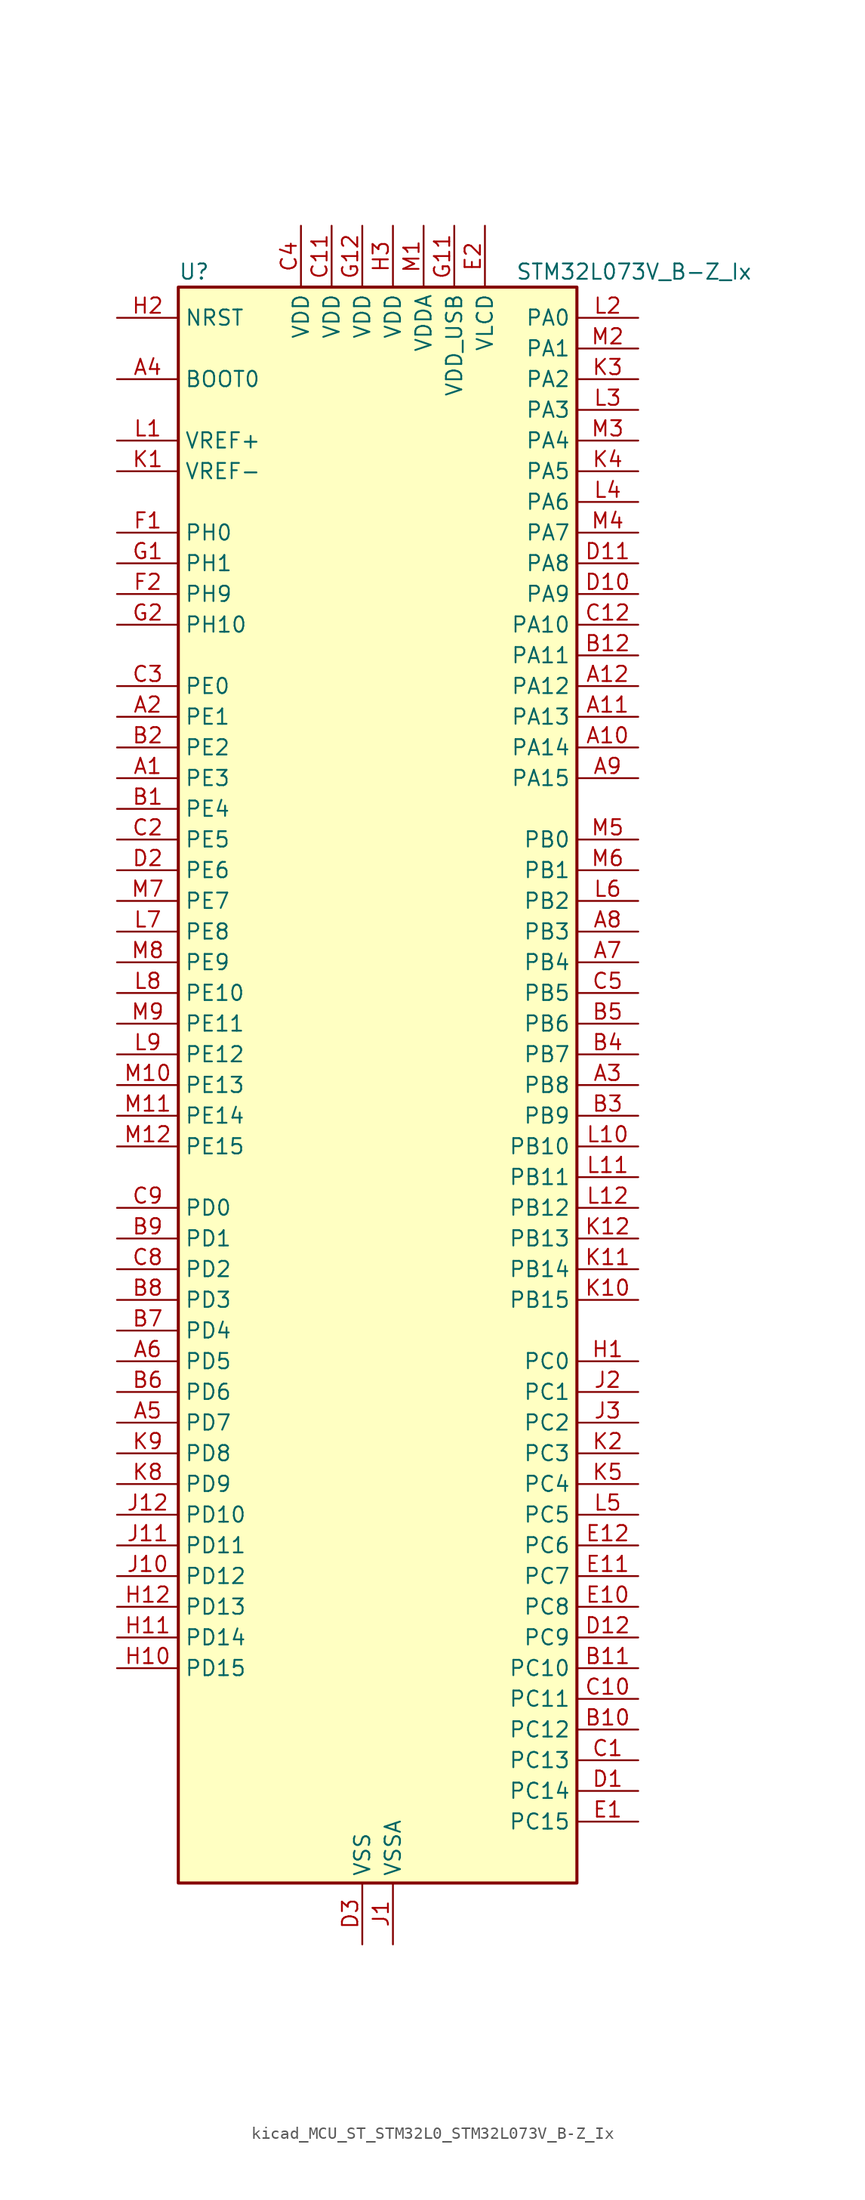
<source format=kicad_sym>
(kicad_symbol_lib
  (version 20220914)
  (generator kicad_symbol_editor)
  (symbol "kicad_MCU_ST_STM32L0_STM32L073V_B-Z_Ix"
    (property "Reference" "U"
      (at -15.24 67.31 0)
      (effects (font (size 1.27 1.27)) (justify left)))
    (property "Value" "STM32L073V_B-Z_Ix"
      (at 12.7 67.31 0)
      (effects (font (size 1.27 1.27)) (justify left)))
    (property "ki_locked" ""
      (at 0 0 0)
      (effects (font (size 1.27 1.27))))
    (symbol "kicad_MCU_ST_STM32L0_STM32L073V_B-Z_Ix_0_1"
      (rectangle (start -15.24 -66.04) (end 17.78 66.04) (stroke (width 0.254) (type default)) (fill (type background))))
    (symbol "kicad_MCU_ST_STM32L0_STM32L073V_B-Z_Ix_1_1"
      (pin bidirectional line (at -20.32 25.4 0) (length 5.08) (name "PE3" (effects (font (size 1.27 1.27)))) (number "A1" (effects (font (size 1.27 1.27)))) (alternate "LCD_SEG39" bidirectional line) (alternate "TIM22_CH1" bidirectional line) (alternate "TIM3_CH1" bidirectional line))
      (pin bidirectional line (at 22.86 27.94 180) (length 5.08) (name "PA14" (effects (font (size 1.27 1.27)))) (number "A10" (effects (font (size 1.27 1.27)))) (alternate "LPUART1_TX" bidirectional line) (alternate "SYS_SWCLK" bidirectional line) (alternate "USART2_TX" bidirectional line))
      (pin bidirectional line (at 22.86 30.48 180) (length 5.08) (name "PA13" (effects (font (size 1.27 1.27)))) (number "A11" (effects (font (size 1.27 1.27)))) (alternate "LPUART1_RX" bidirectional line) (alternate "SYS_SWDIO" bidirectional line) (alternate "USB_NOE" bidirectional line))
      (pin bidirectional line (at 22.86 33.02 180) (length 5.08) (name "PA12" (effects (font (size 1.27 1.27)))) (number "A12" (effects (font (size 1.27 1.27)))) (alternate "COMP2_OUT" bidirectional line) (alternate "SPI1_MOSI" bidirectional line) (alternate "TSC_G4_IO4" bidirectional line) (alternate "USART1_DE" bidirectional line) (alternate "USART1_RTS" bidirectional line) (alternate "USB_DP" bidirectional line))
      (pin bidirectional line (at -20.32 30.48 0) (length 5.08) (name "PE1" (effects (font (size 1.27 1.27)))) (number "A2" (effects (font (size 1.27 1.27)))) (alternate "LCD_SEG37" bidirectional line))
      (pin bidirectional line (at 22.86 0 180) (length 5.08) (name "PB8" (effects (font (size 1.27 1.27)))) (number "A3" (effects (font (size 1.27 1.27)))) (alternate "I2C1_SCL" bidirectional line) (alternate "LCD_SEG16" bidirectional line) (alternate "TSC_SYNC" bidirectional line))
      (pin input line (at -20.32 58.42 0) (length 5.08) (name "BOOT0" (effects (font (size 1.27 1.27)))) (number "A4" (effects (font (size 1.27 1.27)))))
      (pin bidirectional line (at -20.32 -27.94 0) (length 5.08) (name "PD7" (effects (font (size 1.27 1.27)))) (number "A5" (effects (font (size 1.27 1.27)))) (alternate "TIM21_CH2" bidirectional line) (alternate "USART2_CK" bidirectional line))
      (pin bidirectional line (at -20.32 -22.86 0) (length 5.08) (name "PD5" (effects (font (size 1.27 1.27)))) (number "A6" (effects (font (size 1.27 1.27)))) (alternate "USART2_TX" bidirectional line))
      (pin bidirectional line (at 22.86 10.16 180) (length 5.08) (name "PB4" (effects (font (size 1.27 1.27)))) (number "A7" (effects (font (size 1.27 1.27)))) (alternate "COMP2_INP" bidirectional line) (alternate "I2C3_SDA" bidirectional line) (alternate "LCD_SEG8" bidirectional line) (alternate "SPI1_MISO" bidirectional line) (alternate "TIM22_CH1" bidirectional line) (alternate "TIM3_CH1" bidirectional line) (alternate "TSC_G5_IO2" bidirectional line) (alternate "USART1_CTS" bidirectional line) (alternate "USART5_RX" bidirectional line))
      (pin bidirectional line (at 22.86 12.7 180) (length 5.08) (name "PB3" (effects (font (size 1.27 1.27)))) (number "A8" (effects (font (size 1.27 1.27)))) (alternate "COMP2_INM" bidirectional line) (alternate "LCD_SEG7" bidirectional line) (alternate "SPI1_SCK" bidirectional line) (alternate "TIM2_CH2" bidirectional line) (alternate "TSC_G5_IO1" bidirectional line) (alternate "USART1_DE" bidirectional line) (alternate "USART1_RTS" bidirectional line) (alternate "USART5_TX" bidirectional line))
      (pin bidirectional line (at 22.86 25.4 180) (length 5.08) (name "PA15" (effects (font (size 1.27 1.27)))) (number "A9" (effects (font (size 1.27 1.27)))) (alternate "LCD_SEG17" bidirectional line) (alternate "SPI1_NSS" bidirectional line) (alternate "TIM2_CH1" bidirectional line) (alternate "TIM2_ETR" bidirectional line) (alternate "USART2_RX" bidirectional line) (alternate "USART4_DE" bidirectional line) (alternate "USART4_RTS" bidirectional line))
      (pin bidirectional line (at -20.32 22.86 0) (length 5.08) (name "PE4" (effects (font (size 1.27 1.27)))) (number "B1" (effects (font (size 1.27 1.27)))) (alternate "TIM22_CH2" bidirectional line) (alternate "TIM3_CH2" bidirectional line))
      (pin bidirectional line (at 22.86 -53.34 180) (length 5.08) (name "PC12" (effects (font (size 1.27 1.27)))) (number "B10" (effects (font (size 1.27 1.27)))) (alternate "LCD_COM6" bidirectional line) (alternate "LCD_SEG30" bidirectional line) (alternate "LCD_SEG50" bidirectional line) (alternate "USART4_CK" bidirectional line) (alternate "USART5_TX" bidirectional line))
      (pin bidirectional line (at 22.86 -48.26 180) (length 5.08) (name "PC10" (effects (font (size 1.27 1.27)))) (number "B11" (effects (font (size 1.27 1.27)))) (alternate "LCD_COM4" bidirectional line) (alternate "LCD_SEG28" bidirectional line) (alternate "LCD_SEG48" bidirectional line) (alternate "LPUART1_TX" bidirectional line) (alternate "USART4_TX" bidirectional line))
      (pin bidirectional line (at 22.86 35.56 180) (length 5.08) (name "PA11" (effects (font (size 1.27 1.27)))) (number "B12" (effects (font (size 1.27 1.27)))) (alternate "ADC_EXTI11" bidirectional line) (alternate "COMP1_OUT" bidirectional line) (alternate "SPI1_MISO" bidirectional line) (alternate "TSC_G4_IO3" bidirectional line) (alternate "USART1_CTS" bidirectional line) (alternate "USB_DM" bidirectional line))
      (pin bidirectional line (at -20.32 27.94 0) (length 5.08) (name "PE2" (effects (font (size 1.27 1.27)))) (number "B2" (effects (font (size 1.27 1.27)))) (alternate "LCD_SEG38" bidirectional line) (alternate "TIM3_ETR" bidirectional line))
      (pin bidirectional line (at 22.86 -2.54 180) (length 5.08) (name "PB9" (effects (font (size 1.27 1.27)))) (number "B3" (effects (font (size 1.27 1.27)))) (alternate "DAC_EXTI9" bidirectional line) (alternate "I2C1_SDA" bidirectional line) (alternate "I2S2_WS" bidirectional line) (alternate "LCD_COM3" bidirectional line) (alternate "SPI2_NSS" bidirectional line))
      (pin bidirectional line (at 22.86 2.54 180) (length 5.08) (name "PB7" (effects (font (size 1.27 1.27)))) (number "B4" (effects (font (size 1.27 1.27)))) (alternate "COMP2_INP" bidirectional line) (alternate "I2C1_SDA" bidirectional line) (alternate "LPTIM1_IN2" bidirectional line) (alternate "SYS_PVD_IN" bidirectional line) (alternate "TSC_G5_IO4" bidirectional line) (alternate "USART1_RX" bidirectional line) (alternate "USART4_CTS" bidirectional line))
      (pin bidirectional line (at 22.86 5.08 180) (length 5.08) (name "PB6" (effects (font (size 1.27 1.27)))) (number "B5" (effects (font (size 1.27 1.27)))) (alternate "COMP2_INP" bidirectional line) (alternate "I2C1_SCL" bidirectional line) (alternate "LPTIM1_ETR" bidirectional line) (alternate "TSC_G5_IO3" bidirectional line) (alternate "USART1_TX" bidirectional line))
      (pin bidirectional line (at -20.32 -25.4 0) (length 5.08) (name "PD6" (effects (font (size 1.27 1.27)))) (number "B6" (effects (font (size 1.27 1.27)))) (alternate "USART2_RX" bidirectional line))
      (pin bidirectional line (at -20.32 -20.32 0) (length 5.08) (name "PD4" (effects (font (size 1.27 1.27)))) (number "B7" (effects (font (size 1.27 1.27)))) (alternate "I2S2_SD" bidirectional line) (alternate "SPI2_MOSI" bidirectional line) (alternate "USART2_DE" bidirectional line) (alternate "USART2_RTS" bidirectional line))
      (pin bidirectional line (at -20.32 -17.78 0) (length 5.08) (name "PD3" (effects (font (size 1.27 1.27)))) (number "B8" (effects (font (size 1.27 1.27)))) (alternate "I2S2_MCK" bidirectional line) (alternate "LCD_SEG44" bidirectional line) (alternate "SPI2_MISO" bidirectional line) (alternate "USART2_CTS" bidirectional line))
      (pin bidirectional line (at -20.32 -12.7 0) (length 5.08) (name "PD1" (effects (font (size 1.27 1.27)))) (number "B9" (effects (font (size 1.27 1.27)))) (alternate "I2S2_CK" bidirectional line) (alternate "SPI2_SCK" bidirectional line))
      (pin bidirectional line (at 22.86 -55.88 180) (length 5.08) (name "PC13" (effects (font (size 1.27 1.27)))) (number "C1" (effects (font (size 1.27 1.27)))) (alternate "RTC_OUT_ALARM" bidirectional line) (alternate "RTC_OUT_CALIB" bidirectional line) (alternate "RTC_TAMP1" bidirectional line) (alternate "RTC_TS" bidirectional line) (alternate "SYS_WKUP2" bidirectional line))
      (pin bidirectional line (at 22.86 -50.8 180) (length 5.08) (name "PC11" (effects (font (size 1.27 1.27)))) (number "C10" (effects (font (size 1.27 1.27)))) (alternate "ADC_EXTI11" bidirectional line) (alternate "LCD_COM5" bidirectional line) (alternate "LCD_SEG29" bidirectional line) (alternate "LCD_SEG49" bidirectional line) (alternate "LPUART1_RX" bidirectional line) (alternate "USART4_RX" bidirectional line))
      (pin power_in line (at -2.54 71.12 270) (length 5.08) (name "VDD" (effects (font (size 1.27 1.27)))) (number "C11" (effects (font (size 1.27 1.27)))))
      (pin bidirectional line (at 22.86 38.1 180) (length 5.08) (name "PA10" (effects (font (size 1.27 1.27)))) (number "C12" (effects (font (size 1.27 1.27)))) (alternate "I2C1_SDA" bidirectional line) (alternate "LCD_COM2" bidirectional line) (alternate "TSC_G4_IO2" bidirectional line) (alternate "USART1_RX" bidirectional line))
      (pin bidirectional line (at -20.32 20.32 0) (length 5.08) (name "PE5" (effects (font (size 1.27 1.27)))) (number "C2" (effects (font (size 1.27 1.27)))) (alternate "TIM21_CH1" bidirectional line) (alternate "TIM3_CH3" bidirectional line))
      (pin bidirectional line (at -20.32 33.02 0) (length 5.08) (name "PE0" (effects (font (size 1.27 1.27)))) (number "C3" (effects (font (size 1.27 1.27)))) (alternate "LCD_SEG36" bidirectional line))
      (pin power_in line (at -5.08 71.12 270) (length 5.08) (name "VDD" (effects (font (size 1.27 1.27)))) (number "C4" (effects (font (size 1.27 1.27)))))
      (pin bidirectional line (at 22.86 7.62 180) (length 5.08) (name "PB5" (effects (font (size 1.27 1.27)))) (number "C5" (effects (font (size 1.27 1.27)))) (alternate "COMP2_INP" bidirectional line) (alternate "I2C1_SMBA" bidirectional line) (alternate "LCD_SEG9" bidirectional line) (alternate "LPTIM1_IN1" bidirectional line) (alternate "SPI1_MOSI" bidirectional line) (alternate "TIM22_CH2" bidirectional line) (alternate "TIM3_CH2" bidirectional line) (alternate "USART1_CK" bidirectional line) (alternate "USART5_CK" bidirectional line) (alternate "USART5_DE" bidirectional line) (alternate "USART5_RTS" bidirectional line))
      (pin bidirectional line (at -20.32 -15.24 0) (length 5.08) (name "PD2" (effects (font (size 1.27 1.27)))) (number "C8" (effects (font (size 1.27 1.27)))) (alternate "LCD_COM7" bidirectional line) (alternate "LCD_SEG31" bidirectional line) (alternate "LCD_SEG51" bidirectional line) (alternate "LPUART1_DE" bidirectional line) (alternate "LPUART1_RTS" bidirectional line) (alternate "TIM3_ETR" bidirectional line) (alternate "USART5_RX" bidirectional line))
      (pin bidirectional line (at -20.32 -10.16 0) (length 5.08) (name "PD0" (effects (font (size 1.27 1.27)))) (number "C9" (effects (font (size 1.27 1.27)))) (alternate "I2S2_WS" bidirectional line) (alternate "SPI2_NSS" bidirectional line) (alternate "TIM21_CH1" bidirectional line))
      (pin bidirectional line (at 22.86 -58.42 180) (length 5.08) (name "PC14" (effects (font (size 1.27 1.27)))) (number "D1" (effects (font (size 1.27 1.27)))) (alternate "RCC_OSC32_IN" bidirectional line))
      (pin bidirectional line (at 22.86 40.64 180) (length 5.08) (name "PA9" (effects (font (size 1.27 1.27)))) (number "D10" (effects (font (size 1.27 1.27)))) (alternate "DAC_EXTI9" bidirectional line) (alternate "I2C1_SCL" bidirectional line) (alternate "I2C3_SMBA" bidirectional line) (alternate "LCD_COM1" bidirectional line) (alternate "RCC_MCO" bidirectional line) (alternate "TSC_G4_IO1" bidirectional line) (alternate "USART1_TX" bidirectional line))
      (pin bidirectional line (at 22.86 43.18 180) (length 5.08) (name "PA8" (effects (font (size 1.27 1.27)))) (number "D11" (effects (font (size 1.27 1.27)))) (alternate "CRS_SYNC" bidirectional line) (alternate "I2C3_SCL" bidirectional line) (alternate "LCD_COM0" bidirectional line) (alternate "RCC_MCO" bidirectional line) (alternate "USART1_CK" bidirectional line))
      (pin bidirectional line (at 22.86 -45.72 180) (length 5.08) (name "PC9" (effects (font (size 1.27 1.27)))) (number "D12" (effects (font (size 1.27 1.27)))) (alternate "DAC_EXTI9" bidirectional line) (alternate "I2C3_SDA" bidirectional line) (alternate "LCD_SEG27" bidirectional line) (alternate "TIM21_ETR" bidirectional line) (alternate "TIM3_CH4" bidirectional line) (alternate "TSC_G8_IO4" bidirectional line) (alternate "USB_NOE" bidirectional line))
      (pin bidirectional line (at -20.32 17.78 0) (length 5.08) (name "PE6" (effects (font (size 1.27 1.27)))) (number "D2" (effects (font (size 1.27 1.27)))) (alternate "RTC_TAMP3" bidirectional line) (alternate "SYS_WKUP3" bidirectional line) (alternate "TIM21_CH2" bidirectional line) (alternate "TIM3_CH4" bidirectional line))
      (pin power_in line (at 0 -71.12 90) (length 5.08) (name "VSS" (effects (font (size 1.27 1.27)))) (number "D3" (effects (font (size 1.27 1.27)))))
      (pin bidirectional line (at 22.86 -60.96 180) (length 5.08) (name "PC15" (effects (font (size 1.27 1.27)))) (number "E1" (effects (font (size 1.27 1.27)))) (alternate "RCC_OSC32_OUT" bidirectional line))
      (pin bidirectional line (at 22.86 -43.18 180) (length 5.08) (name "PC8" (effects (font (size 1.27 1.27)))) (number "E10" (effects (font (size 1.27 1.27)))) (alternate "LCD_SEG26" bidirectional line) (alternate "TIM22_ETR" bidirectional line) (alternate "TIM3_CH3" bidirectional line) (alternate "TSC_G8_IO3" bidirectional line))
      (pin bidirectional line (at 22.86 -40.64 180) (length 5.08) (name "PC7" (effects (font (size 1.27 1.27)))) (number "E11" (effects (font (size 1.27 1.27)))) (alternate "LCD_SEG25" bidirectional line) (alternate "TIM22_CH2" bidirectional line) (alternate "TIM3_CH2" bidirectional line) (alternate "TSC_G8_IO2" bidirectional line))
      (pin bidirectional line (at 22.86 -38.1 180) (length 5.08) (name "PC6" (effects (font (size 1.27 1.27)))) (number "E12" (effects (font (size 1.27 1.27)))) (alternate "LCD_SEG24" bidirectional line) (alternate "TIM22_CH1" bidirectional line) (alternate "TIM3_CH1" bidirectional line) (alternate "TSC_G8_IO1" bidirectional line))
      (pin power_in line (at 10.16 71.12 270) (length 5.08) (name "VLCD" (effects (font (size 1.27 1.27)))) (number "E2" (effects (font (size 1.27 1.27)))))
      (pin passive line (at 0 -71.12 90) (length 5.08) hide (name "VSS" (effects (font (size 1.27 1.27)))) (number "E3" (effects (font (size 1.27 1.27)))))
      (pin bidirectional line (at -20.32 45.72 0) (length 5.08) (name "PH0" (effects (font (size 1.27 1.27)))) (number "F1" (effects (font (size 1.27 1.27)))) (alternate "CRS_SYNC" bidirectional line) (alternate "RCC_OSC_IN" bidirectional line))
      (pin passive line (at 0 -71.12 90) (length 5.08) hide (name "VSS" (effects (font (size 1.27 1.27)))) (number "F11" (effects (font (size 1.27 1.27)))))
      (pin passive line (at 0 -71.12 90) (length 5.08) hide (name "VSS" (effects (font (size 1.27 1.27)))) (number "F12" (effects (font (size 1.27 1.27)))))
      (pin bidirectional line (at -20.32 40.64 0) (length 5.08) (name "PH9" (effects (font (size 1.27 1.27)))) (number "F2" (effects (font (size 1.27 1.27)))) (alternate "DAC_EXTI9" bidirectional line))
      (pin bidirectional line (at -20.32 43.18 0) (length 5.08) (name "PH1" (effects (font (size 1.27 1.27)))) (number "G1" (effects (font (size 1.27 1.27)))) (alternate "RCC_OSC_OUT" bidirectional line))
      (pin power_in line (at 7.62 71.12 270) (length 5.08) (name "VDD_USB" (effects (font (size 1.27 1.27)))) (number "G11" (effects (font (size 1.27 1.27)))))
      (pin power_in line (at 0 71.12 270) (length 5.08) (name "VDD" (effects (font (size 1.27 1.27)))) (number "G12" (effects (font (size 1.27 1.27)))))
      (pin bidirectional line (at -20.32 38.1 0) (length 5.08) (name "PH10" (effects (font (size 1.27 1.27)))) (number "G2" (effects (font (size 1.27 1.27)))))
      (pin bidirectional line (at 22.86 -22.86 180) (length 5.08) (name "PC0" (effects (font (size 1.27 1.27)))) (number "H1" (effects (font (size 1.27 1.27)))) (alternate "ADC_IN10" bidirectional line) (alternate "I2C3_SCL" bidirectional line) (alternate "LCD_SEG18" bidirectional line) (alternate "LPTIM1_IN1" bidirectional line) (alternate "LPUART1_RX" bidirectional line) (alternate "TSC_G7_IO1" bidirectional line))
      (pin bidirectional line (at -20.32 -48.26 0) (length 5.08) (name "PD15" (effects (font (size 1.27 1.27)))) (number "H10" (effects (font (size 1.27 1.27)))) (alternate "CRS_SYNC" bidirectional line) (alternate "LCD_SEG35" bidirectional line))
      (pin bidirectional line (at -20.32 -45.72 0) (length 5.08) (name "PD14" (effects (font (size 1.27 1.27)))) (number "H11" (effects (font (size 1.27 1.27)))) (alternate "LCD_SEG34" bidirectional line))
      (pin bidirectional line (at -20.32 -43.18 0) (length 5.08) (name "PD13" (effects (font (size 1.27 1.27)))) (number "H12" (effects (font (size 1.27 1.27)))) (alternate "LCD_SEG33" bidirectional line))
      (pin input line (at -20.32 63.5 0) (length 5.08) (name "NRST" (effects (font (size 1.27 1.27)))) (number "H2" (effects (font (size 1.27 1.27)))))
      (pin power_in line (at 2.54 71.12 270) (length 5.08) (name "VDD" (effects (font (size 1.27 1.27)))) (number "H3" (effects (font (size 1.27 1.27)))))
      (pin power_in line (at 2.54 -71.12 90) (length 5.08) (name "VSSA" (effects (font (size 1.27 1.27)))) (number "J1" (effects (font (size 1.27 1.27)))))
      (pin bidirectional line (at -20.32 -40.64 0) (length 5.08) (name "PD12" (effects (font (size 1.27 1.27)))) (number "J10" (effects (font (size 1.27 1.27)))) (alternate "LCD_SEG32" bidirectional line) (alternate "LPUART1_DE" bidirectional line) (alternate "LPUART1_RTS" bidirectional line))
      (pin bidirectional line (at -20.32 -38.1 0) (length 5.08) (name "PD11" (effects (font (size 1.27 1.27)))) (number "J11" (effects (font (size 1.27 1.27)))) (alternate "ADC_EXTI11" bidirectional line) (alternate "LCD_SEG31" bidirectional line) (alternate "LPUART1_CTS" bidirectional line))
      (pin bidirectional line (at -20.32 -35.56 0) (length 5.08) (name "PD10" (effects (font (size 1.27 1.27)))) (number "J12" (effects (font (size 1.27 1.27)))) (alternate "LCD_SEG30" bidirectional line))
      (pin bidirectional line (at 22.86 -25.4 180) (length 5.08) (name "PC1" (effects (font (size 1.27 1.27)))) (number "J2" (effects (font (size 1.27 1.27)))) (alternate "ADC_IN11" bidirectional line) (alternate "I2C3_SDA" bidirectional line) (alternate "LCD_SEG19" bidirectional line) (alternate "LPTIM1_OUT" bidirectional line) (alternate "LPUART1_TX" bidirectional line) (alternate "TSC_G7_IO2" bidirectional line))
      (pin bidirectional line (at 22.86 -27.94 180) (length 5.08) (name "PC2" (effects (font (size 1.27 1.27)))) (number "J3" (effects (font (size 1.27 1.27)))) (alternate "ADC_IN12" bidirectional line) (alternate "I2S2_MCK" bidirectional line) (alternate "LCD_SEG20" bidirectional line) (alternate "LPTIM1_IN2" bidirectional line) (alternate "SPI2_MISO" bidirectional line) (alternate "TSC_G7_IO3" bidirectional line))
      (pin input line (at -20.32 50.8 0) (length 5.08) (name "VREF-" (effects (font (size 1.27 1.27)))) (number "K1" (effects (font (size 1.27 1.27)))))
      (pin bidirectional line (at 22.86 -17.78 180) (length 5.08) (name "PB15" (effects (font (size 1.27 1.27)))) (number "K10" (effects (font (size 1.27 1.27)))) (alternate "I2S2_SD" bidirectional line) (alternate "LCD_SEG15" bidirectional line) (alternate "RTC_REFIN" bidirectional line) (alternate "SPI2_MOSI" bidirectional line))
      (pin bidirectional line (at 22.86 -15.24 180) (length 5.08) (name "PB14" (effects (font (size 1.27 1.27)))) (number "K11" (effects (font (size 1.27 1.27)))) (alternate "I2C2_SDA" bidirectional line) (alternate "I2S2_MCK" bidirectional line) (alternate "LCD_SEG14" bidirectional line) (alternate "LPUART1_DE" bidirectional line) (alternate "LPUART1_RTS" bidirectional line) (alternate "RTC_OUT_ALARM" bidirectional line) (alternate "RTC_OUT_CALIB" bidirectional line) (alternate "SPI2_MISO" bidirectional line) (alternate "TIM21_CH2" bidirectional line) (alternate "TSC_G6_IO4" bidirectional line))
      (pin bidirectional line (at 22.86 -12.7 180) (length 5.08) (name "PB13" (effects (font (size 1.27 1.27)))) (number "K12" (effects (font (size 1.27 1.27)))) (alternate "I2C2_SCL" bidirectional line) (alternate "I2S2_CK" bidirectional line) (alternate "LCD_SEG13" bidirectional line) (alternate "LPUART1_CTS" bidirectional line) (alternate "RCC_MCO" bidirectional line) (alternate "SPI2_SCK" bidirectional line) (alternate "TIM21_CH1" bidirectional line) (alternate "TSC_G6_IO3" bidirectional line))
      (pin bidirectional line (at 22.86 -30.48 180) (length 5.08) (name "PC3" (effects (font (size 1.27 1.27)))) (number "K2" (effects (font (size 1.27 1.27)))) (alternate "ADC_IN13" bidirectional line) (alternate "I2S2_SD" bidirectional line) (alternate "LCD_SEG21" bidirectional line) (alternate "LPTIM1_ETR" bidirectional line) (alternate "SPI2_MOSI" bidirectional line) (alternate "TSC_G7_IO4" bidirectional line))
      (pin bidirectional line (at 22.86 58.42 180) (length 5.08) (name "PA2" (effects (font (size 1.27 1.27)))) (number "K3" (effects (font (size 1.27 1.27)))) (alternate "ADC_IN2" bidirectional line) (alternate "COMP2_INM" bidirectional line) (alternate "COMP2_OUT" bidirectional line) (alternate "LCD_SEG1" bidirectional line) (alternate "LPUART1_TX" bidirectional line) (alternate "TIM21_CH1" bidirectional line) (alternate "TIM2_CH3" bidirectional line) (alternate "TSC_G1_IO3" bidirectional line) (alternate "USART2_TX" bidirectional line))
      (pin bidirectional line (at 22.86 50.8 180) (length 5.08) (name "PA5" (effects (font (size 1.27 1.27)))) (number "K4" (effects (font (size 1.27 1.27)))) (alternate "ADC_IN5" bidirectional line) (alternate "COMP1_INM" bidirectional line) (alternate "COMP2_INM" bidirectional line) (alternate "DAC_OUT2" bidirectional line) (alternate "SPI1_SCK" bidirectional line) (alternate "TIM2_CH1" bidirectional line) (alternate "TIM2_ETR" bidirectional line) (alternate "TSC_G2_IO2" bidirectional line))
      (pin bidirectional line (at 22.86 -33.02 180) (length 5.08) (name "PC4" (effects (font (size 1.27 1.27)))) (number "K5" (effects (font (size 1.27 1.27)))) (alternate "ADC_IN14" bidirectional line) (alternate "LCD_SEG22" bidirectional line) (alternate "LPUART1_TX" bidirectional line))
      (pin bidirectional line (at -20.32 -33.02 0) (length 5.08) (name "PD9" (effects (font (size 1.27 1.27)))) (number "K8" (effects (font (size 1.27 1.27)))) (alternate "DAC_EXTI9" bidirectional line) (alternate "LCD_SEG29" bidirectional line) (alternate "LPUART1_RX" bidirectional line))
      (pin bidirectional line (at -20.32 -30.48 0) (length 5.08) (name "PD8" (effects (font (size 1.27 1.27)))) (number "K9" (effects (font (size 1.27 1.27)))) (alternate "LCD_SEG28" bidirectional line) (alternate "LPUART1_TX" bidirectional line))
      (pin input line (at -20.32 53.34 0) (length 5.08) (name "VREF+" (effects (font (size 1.27 1.27)))) (number "L1" (effects (font (size 1.27 1.27)))))
      (pin bidirectional line (at 22.86 -5.08 180) (length 5.08) (name "PB10" (effects (font (size 1.27 1.27)))) (number "L10" (effects (font (size 1.27 1.27)))) (alternate "I2C2_SCL" bidirectional line) (alternate "LCD_SEG10" bidirectional line) (alternate "LPUART1_RX" bidirectional line) (alternate "LPUART1_TX" bidirectional line) (alternate "SPI2_SCK" bidirectional line) (alternate "TIM2_CH3" bidirectional line) (alternate "TSC_SYNC" bidirectional line))
      (pin bidirectional line (at 22.86 -7.62 180) (length 5.08) (name "PB11" (effects (font (size 1.27 1.27)))) (number "L11" (effects (font (size 1.27 1.27)))) (alternate "ADC_EXTI11" bidirectional line) (alternate "I2C2_SDA" bidirectional line) (alternate "LCD_SEG11" bidirectional line) (alternate "LPUART1_RX" bidirectional line) (alternate "LPUART1_TX" bidirectional line) (alternate "TIM2_CH4" bidirectional line) (alternate "TSC_G6_IO1" bidirectional line))
      (pin bidirectional line (at 22.86 -10.16 180) (length 5.08) (name "PB12" (effects (font (size 1.27 1.27)))) (number "L12" (effects (font (size 1.27 1.27)))) (alternate "I2S2_WS" bidirectional line) (alternate "LCD_SEG12" bidirectional line) (alternate "LCD_VLCD2" bidirectional line) (alternate "LPUART1_DE" bidirectional line) (alternate "LPUART1_RTS" bidirectional line) (alternate "SPI2_NSS" bidirectional line) (alternate "TSC_G6_IO2" bidirectional line))
      (pin bidirectional line (at 22.86 63.5 180) (length 5.08) (name "PA0" (effects (font (size 1.27 1.27)))) (number "L2" (effects (font (size 1.27 1.27)))) (alternate "ADC_IN0" bidirectional line) (alternate "COMP1_INM" bidirectional line) (alternate "COMP1_OUT" bidirectional line) (alternate "RTC_TAMP2" bidirectional line) (alternate "SYS_WKUP1" bidirectional line) (alternate "TIM2_CH1" bidirectional line) (alternate "TIM2_ETR" bidirectional line) (alternate "TSC_G1_IO1" bidirectional line) (alternate "USART2_CTS" bidirectional line) (alternate "USART4_TX" bidirectional line))
      (pin bidirectional line (at 22.86 55.88 180) (length 5.08) (name "PA3" (effects (font (size 1.27 1.27)))) (number "L3" (effects (font (size 1.27 1.27)))) (alternate "ADC_IN3" bidirectional line) (alternate "COMP2_INP" bidirectional line) (alternate "LCD_SEG2" bidirectional line) (alternate "LPUART1_RX" bidirectional line) (alternate "TIM21_CH2" bidirectional line) (alternate "TIM2_CH4" bidirectional line) (alternate "TSC_G1_IO4" bidirectional line) (alternate "USART2_RX" bidirectional line))
      (pin bidirectional line (at 22.86 48.26 180) (length 5.08) (name "PA6" (effects (font (size 1.27 1.27)))) (number "L4" (effects (font (size 1.27 1.27)))) (alternate "ADC_IN6" bidirectional line) (alternate "COMP1_OUT" bidirectional line) (alternate "LCD_SEG3" bidirectional line) (alternate "LPUART1_CTS" bidirectional line) (alternate "SPI1_MISO" bidirectional line) (alternate "TIM22_CH1" bidirectional line) (alternate "TIM3_CH1" bidirectional line) (alternate "TSC_G2_IO3" bidirectional line))
      (pin bidirectional line (at 22.86 -35.56 180) (length 5.08) (name "PC5" (effects (font (size 1.27 1.27)))) (number "L5" (effects (font (size 1.27 1.27)))) (alternate "ADC_IN15" bidirectional line) (alternate "LCD_SEG23" bidirectional line) (alternate "LPUART1_RX" bidirectional line) (alternate "TSC_G3_IO1" bidirectional line))
      (pin bidirectional line (at 22.86 15.24 180) (length 5.08) (name "PB2" (effects (font (size 1.27 1.27)))) (number "L6" (effects (font (size 1.27 1.27)))) (alternate "I2C3_SMBA" bidirectional line) (alternate "LCD_VLCD2" bidirectional line) (alternate "LPTIM1_OUT" bidirectional line) (alternate "TSC_G3_IO4" bidirectional line))
      (pin bidirectional line (at -20.32 12.7 0) (length 5.08) (name "PE8" (effects (font (size 1.27 1.27)))) (number "L7" (effects (font (size 1.27 1.27)))) (alternate "LCD_SEG46" bidirectional line) (alternate "USART4_TX" bidirectional line))
      (pin bidirectional line (at -20.32 7.62 0) (length 5.08) (name "PE10" (effects (font (size 1.27 1.27)))) (number "L8" (effects (font (size 1.27 1.27)))) (alternate "LCD_SEG40" bidirectional line) (alternate "TIM2_CH2" bidirectional line) (alternate "USART5_TX" bidirectional line))
      (pin bidirectional line (at -20.32 2.54 0) (length 5.08) (name "PE12" (effects (font (size 1.27 1.27)))) (number "L9" (effects (font (size 1.27 1.27)))) (alternate "LCD_VLCD3" bidirectional line) (alternate "SPI1_NSS" bidirectional line) (alternate "TIM2_CH4" bidirectional line))
      (pin power_in line (at 5.08 71.12 270) (length 5.08) (name "VDDA" (effects (font (size 1.27 1.27)))) (number "M1" (effects (font (size 1.27 1.27)))))
      (pin bidirectional line (at -20.32 0 0) (length 5.08) (name "PE13" (effects (font (size 1.27 1.27)))) (number "M10" (effects (font (size 1.27 1.27)))) (alternate "LCD_SEG41" bidirectional line) (alternate "SPI1_SCK" bidirectional line))
      (pin bidirectional line (at -20.32 -2.54 0) (length 5.08) (name "PE14" (effects (font (size 1.27 1.27)))) (number "M11" (effects (font (size 1.27 1.27)))) (alternate "LCD_SEG42" bidirectional line) (alternate "SPI1_MISO" bidirectional line))
      (pin bidirectional line (at -20.32 -5.08 0) (length 5.08) (name "PE15" (effects (font (size 1.27 1.27)))) (number "M12" (effects (font (size 1.27 1.27)))) (alternate "LCD_SEG43" bidirectional line) (alternate "SPI1_MOSI" bidirectional line))
      (pin bidirectional line (at 22.86 60.96 180) (length 5.08) (name "PA1" (effects (font (size 1.27 1.27)))) (number "M2" (effects (font (size 1.27 1.27)))) (alternate "ADC_IN1" bidirectional line) (alternate "COMP1_INP" bidirectional line) (alternate "LCD_SEG0" bidirectional line) (alternate "TIM21_ETR" bidirectional line) (alternate "TIM2_CH2" bidirectional line) (alternate "TSC_G1_IO2" bidirectional line) (alternate "USART2_DE" bidirectional line) (alternate "USART2_RTS" bidirectional line) (alternate "USART4_RX" bidirectional line))
      (pin bidirectional line (at 22.86 53.34 180) (length 5.08) (name "PA4" (effects (font (size 1.27 1.27)))) (number "M3" (effects (font (size 1.27 1.27)))) (alternate "ADC_IN4" bidirectional line) (alternate "COMP1_INM" bidirectional line) (alternate "COMP2_INM" bidirectional line) (alternate "DAC_OUT1" bidirectional line) (alternate "SPI1_NSS" bidirectional line) (alternate "TIM22_ETR" bidirectional line) (alternate "TSC_G2_IO1" bidirectional line) (alternate "USART2_CK" bidirectional line))
      (pin bidirectional line (at 22.86 45.72 180) (length 5.08) (name "PA7" (effects (font (size 1.27 1.27)))) (number "M4" (effects (font (size 1.27 1.27)))) (alternate "ADC_IN7" bidirectional line) (alternate "COMP2_OUT" bidirectional line) (alternate "LCD_SEG4" bidirectional line) (alternate "SPI1_MOSI" bidirectional line) (alternate "TIM22_CH2" bidirectional line) (alternate "TIM3_CH2" bidirectional line) (alternate "TSC_G2_IO4" bidirectional line))
      (pin bidirectional line (at 22.86 20.32 180) (length 5.08) (name "PB0" (effects (font (size 1.27 1.27)))) (number "M5" (effects (font (size 1.27 1.27)))) (alternate "ADC_IN8" bidirectional line) (alternate "LCD_SEG5" bidirectional line) (alternate "LCD_VLCD3" bidirectional line) (alternate "SYS_VREF_OUT_PB0" bidirectional line) (alternate "TIM3_CH3" bidirectional line) (alternate "TSC_G3_IO2" bidirectional line))
      (pin bidirectional line (at 22.86 17.78 180) (length 5.08) (name "PB1" (effects (font (size 1.27 1.27)))) (number "M6" (effects (font (size 1.27 1.27)))) (alternate "ADC_IN9" bidirectional line) (alternate "LCD_SEG6" bidirectional line) (alternate "LPUART1_DE" bidirectional line) (alternate "LPUART1_RTS" bidirectional line) (alternate "SYS_VREF_OUT_PB1" bidirectional line) (alternate "TIM3_CH4" bidirectional line) (alternate "TSC_G3_IO3" bidirectional line))
      (pin bidirectional line (at -20.32 15.24 0) (length 5.08) (name "PE7" (effects (font (size 1.27 1.27)))) (number "M7" (effects (font (size 1.27 1.27)))) (alternate "LCD_SEG45" bidirectional line) (alternate "USART5_CK" bidirectional line) (alternate "USART5_DE" bidirectional line) (alternate "USART5_RTS" bidirectional line))
      (pin bidirectional line (at -20.32 10.16 0) (length 5.08) (name "PE9" (effects (font (size 1.27 1.27)))) (number "M8" (effects (font (size 1.27 1.27)))) (alternate "DAC_EXTI9" bidirectional line) (alternate "LCD_SEG47" bidirectional line) (alternate "TIM2_CH1" bidirectional line) (alternate "TIM2_ETR" bidirectional line) (alternate "USART4_RX" bidirectional line))
      (pin bidirectional line (at -20.32 5.08 0) (length 5.08) (name "PE11" (effects (font (size 1.27 1.27)))) (number "M9" (effects (font (size 1.27 1.27)))) (alternate "ADC_EXTI11" bidirectional line) (alternate "LCD_VLCD1" bidirectional line) (alternate "TIM2_CH3" bidirectional line) (alternate "USART5_RX" bidirectional line)))))
</source>
